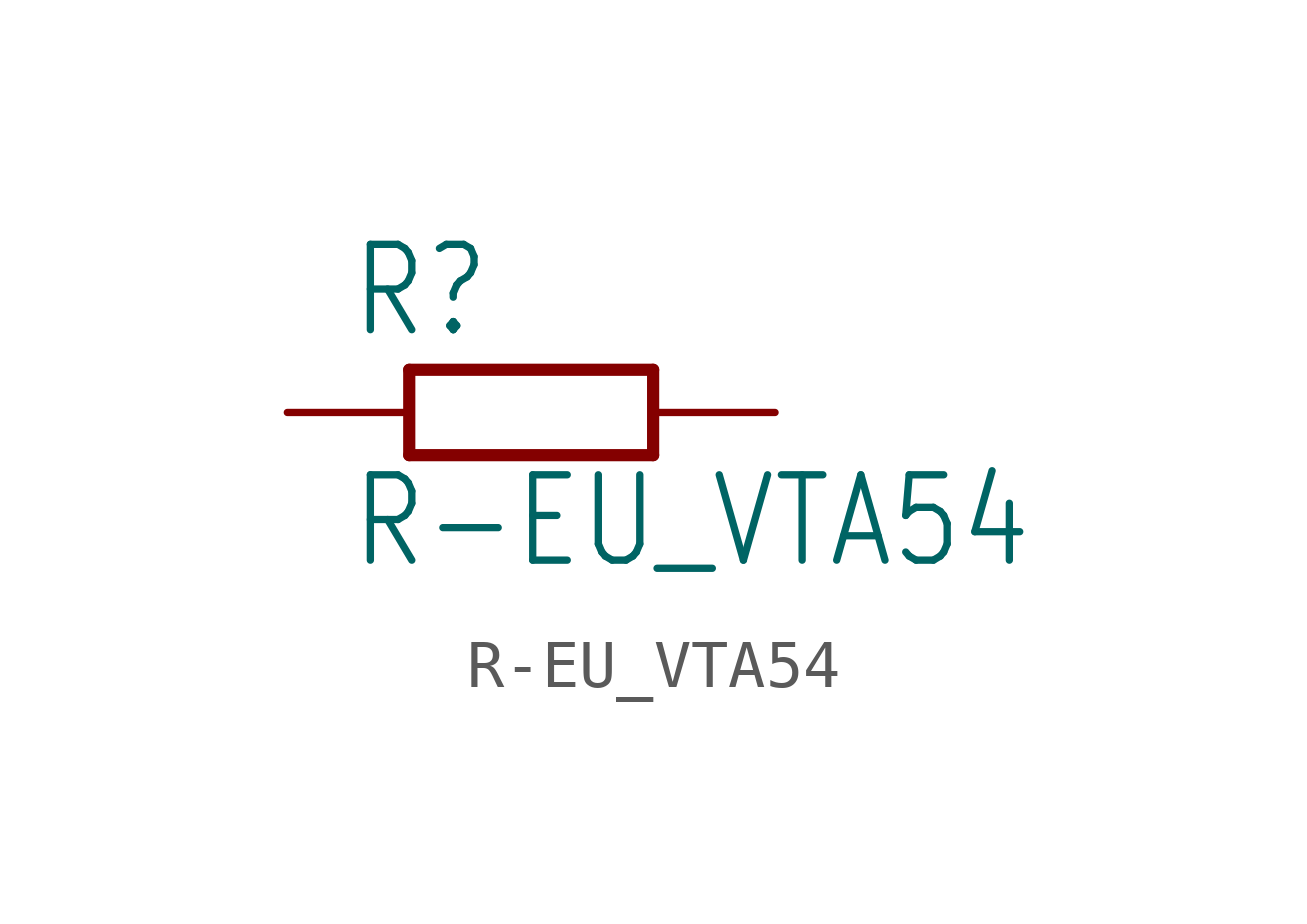
<source format=kicad_sym>
(kicad_symbol_lib
  (version 20201005)
  (generator kicad_symbol_editor)
  (symbol "R-EU_VTA54"
    (property "Reference" "R"
      (at -3.81 1.499 0)
      (effects (font (size 1.778 1.511)) (justify left bottom)))
    (property "Value" "R-EU_VTA54"
      (at -3.81 -3.302 0)
      (effects (font (size 1.778 1.511)) (justify left bottom)))
    (property "ki_locked" ""
      (at 0 0 0)
      (effects (font (size 1.27 1.27))))
    (symbol "R-EU_VTA54_1_0"
      (polyline (pts (xy -2.54 -0.889) (xy 2.54 -0.889)) (stroke (width 0.254)) (fill (type none)))
      (polyline (pts (xy 2.54 0.889) (xy -2.54 0.889)) (stroke (width 0.254)) (fill (type none)))
      (polyline (pts (xy 2.54 -0.889) (xy 2.54 0.889)) (stroke (width 0.254)) (fill (type none)))
      (polyline (pts (xy -2.54 -0.889) (xy -2.54 0.889)) (stroke (width 0.254)) (fill (type none)))
      (pin passive line (at 5.08 0 180) (length 2.54) (name "2" (effects (font (size 0 0)))) (number "2" (effects (font (size 0 0)))))
      (pin passive line (at -5.08 0 0) (length 2.54) (name "1" (effects (font (size 0 0)))) (number "1" (effects (font (size 0 0))))))))
</source>
